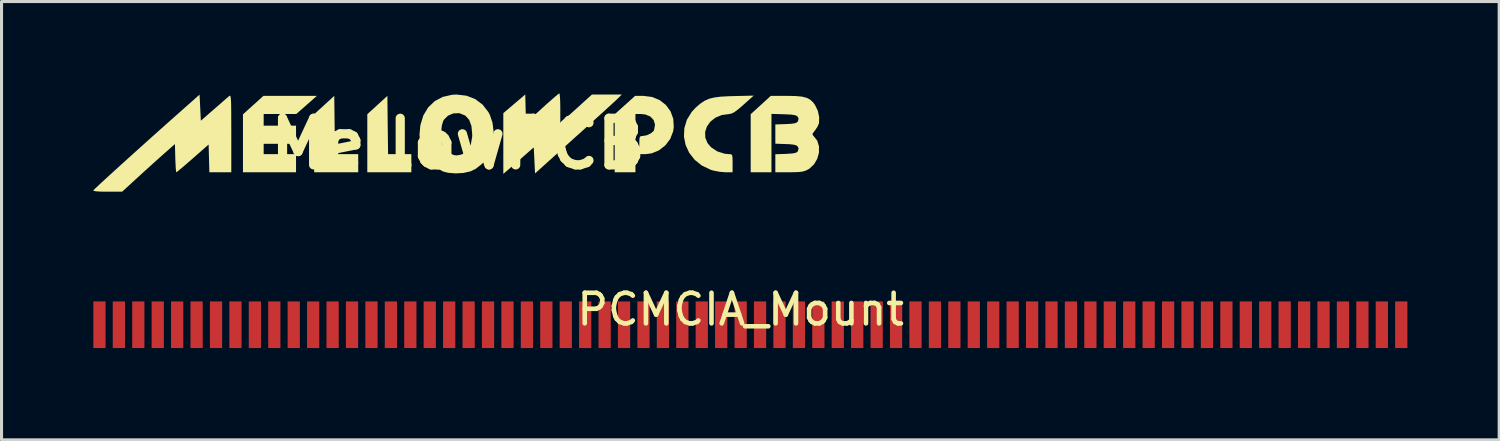
<source format=kicad_pcb>
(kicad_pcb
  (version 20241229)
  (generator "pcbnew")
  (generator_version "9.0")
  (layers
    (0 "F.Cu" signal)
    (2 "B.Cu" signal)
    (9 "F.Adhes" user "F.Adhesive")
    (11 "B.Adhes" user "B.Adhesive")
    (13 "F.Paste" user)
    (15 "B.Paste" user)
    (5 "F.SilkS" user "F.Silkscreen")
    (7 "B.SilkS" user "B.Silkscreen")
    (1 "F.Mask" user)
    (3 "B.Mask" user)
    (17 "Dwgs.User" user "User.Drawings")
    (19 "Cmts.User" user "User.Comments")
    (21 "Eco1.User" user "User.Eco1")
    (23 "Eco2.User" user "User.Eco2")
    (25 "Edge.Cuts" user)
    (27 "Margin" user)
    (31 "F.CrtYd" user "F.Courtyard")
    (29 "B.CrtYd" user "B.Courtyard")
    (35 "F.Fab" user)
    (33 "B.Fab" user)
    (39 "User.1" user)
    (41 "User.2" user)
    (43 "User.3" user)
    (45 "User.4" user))
  (footprint "MellowPCB"
    (layer "F.Cu")
    (at 11.917 1.649)
    (property "Reference" "MellowPCB" (at 0 0 0) (layer "F.SilkS") (effects (font (size 1.524 1.524) (thickness 0.3))))
    (attr board_only exclude_from_pos_files exclude_from_bom)
    (fp_poly (pts (xy -4.031 -0.613) (xy -4.02 0.339) (xy -3.26 0.339) (xy -3.26 0.931) (xy -4.699 0.931) (xy -4.699 -0.967) (xy -4.371 -1.266) (xy -4.043 -1.566)) (stroke (width 0) (type solid)) (fill yes) (layer "F.SilkS"))
    (fp_poly (pts (xy -2.296 -0.613) (xy -2.284 0.339) (xy -1.524 0.339) (xy -1.524 0.931) (xy -2.963 0.931) (xy -2.963 -0.967) (xy -2.635 -1.266) (xy -2.307 -1.566)) (stroke (width 0) (type solid)) (fill yes) (layer "F.SilkS"))
    (fp_poly (pts (xy -4.947 -1.27) (xy -5.283 -0.974) (xy -6.35 -0.974) (xy -6.35 -0.593) (xy -5.292 -0.593) (xy -5.292 0) (xy -6.35 0) (xy -6.35 0.339) (xy -5.292 0.339) (xy -5.292 0.931) (xy -7.027 0.931) (xy -7.027 -0.962) (xy -6.692 -1.264) (xy -6.358 -1.566) (xy -4.611 -1.566)) (stroke (width 0) (type solid)) (fill yes) (layer "F.SilkS"))
    (fp_poly (pts (xy 3.325 -1.61) (xy 3.335 -1.503) (xy 3.342 -1.345) (xy 3.344 -1.162) (xy 3.344 -0.673) (xy 4.378 -1.609) (xy 5.354 -1.609) (xy 5.206 -1.463) (xy 5.143 -1.403) (xy 5.024 -1.293) (xy 4.857 -1.141) (xy 4.651 -0.953) (xy 4.412 -0.737) (xy 4.149 -0.499) (xy 3.869 -0.247) (xy 3.789 -0.175) (xy 2.519 0.968) (xy 2.498 0.542) (xy 2.477 0.116) (xy 2.265 0.303) (xy 2.128 0.423) (xy 1.96 0.57) (xy 1.793 0.714) (xy 1.767 0.737) (xy 1.482 0.984) (xy 1.482 -1.001) (xy 1.84 -1.306) (xy 2.199 -1.611) (xy 2.223 -0.683) (xy 2.752 -1.165) (xy 2.928 -1.324) (xy 3.084 -1.461) (xy 3.207 -1.567) (xy 3.287 -1.632) (xy 3.313 -1.649)) (stroke (width 0) (type solid)) (fill yes) (layer "F.SilkS"))
    (fp_poly (pts (xy 6.343 -1.53) (xy 6.593 -1.426) (xy 6.797 -1.266) (xy 6.948 -1.059) (xy 7.036 -0.817) (xy 7.053 -0.548) (xy 7.031 -0.402) (xy 6.936 -0.157) (xy 6.777 0.052) (xy 6.571 0.213) (xy 6.332 0.312) (xy 6.125 0.339) (xy 5.927 0.339) (xy 5.927 0.042) (xy 5.928 -0.112) (xy 5.937 -0.201) (xy 5.96 -0.242) (xy 6.004 -0.253) (xy 6.035 -0.254) (xy 6.165 -0.277) (xy 6.294 -0.335) (xy 6.387 -0.411) (xy 6.408 -0.446) (xy 6.44 -0.623) (xy 6.396 -0.774) (xy 6.287 -0.89) (xy 6.119 -0.959) (xy 5.972 -0.974) (xy 5.8 -0.974) (xy 5.8 0.931) (xy 5.122 0.931) (xy 5.122 -0.965) (xy 5.456 -1.266) (xy 5.79 -1.566) (xy 6.056 -1.566)) (stroke (width 0) (type solid)) (fill yes) (layer "F.SilkS"))
    (fp_poly (pts (xy 9.33 -1.275) (xy 9.16 -1.128) (xy 9.034 -1.035) (xy 8.939 -0.987) (xy 8.869 -0.974) (xy 8.623 -0.941) (xy 8.415 -0.854) (xy 8.25 -0.725) (xy 8.136 -0.565) (xy 8.078 -0.387) (xy 8.083 -0.201) (xy 8.158 -0.019) (xy 8.27 0.113) (xy 8.473 0.248) (xy 8.714 0.325) (xy 8.858 0.338) (xy 8.919 0.342) (xy 8.954 0.364) (xy 8.97 0.424) (xy 8.974 0.539) (xy 8.975 0.635) (xy 8.975 0.931) (xy 8.731 0.93) (xy 8.543 0.914) (xy 8.345 0.875) (xy 8.264 0.851) (xy 7.971 0.712) (xy 7.734 0.522) (xy 7.556 0.293) (xy 7.439 0.037) (xy 7.385 -0.236) (xy 7.399 -0.514) (xy 7.482 -0.786) (xy 7.638 -1.04) (xy 7.773 -1.186) (xy 7.919 -1.311) (xy 8.056 -1.404) (xy 8.203 -1.47) (xy 8.375 -1.513) (xy 8.589 -1.54) (xy 8.864 -1.555) (xy 9.012 -1.559) (xy 9.664 -1.574)) (stroke (width 0) (type solid)) (fill yes) (layer "F.SilkS"))
    (fp_poly (pts (xy -8.424 -1.18) (xy -8.403 -0.754) (xy -7.98 -1.123) (xy -7.815 -1.266) (xy -7.669 -1.394) (xy -7.555 -1.494) (xy -7.487 -1.552) (xy -7.482 -1.557) (xy -7.461 -1.571) (xy -7.445 -1.569) (xy -7.432 -1.54) (xy -7.423 -1.477) (xy -7.416 -1.372) (xy -7.412 -1.216) (xy -7.41 -1) (xy -7.409 -0.717) (xy -7.408 -0.358) (xy -7.408 -0.345) (xy -7.408 0.931) (xy -8.125 0.931) (xy -8.137 0.478) (xy -8.149 0.024) (xy -8.666 0.478) (xy -8.841 0.63) (xy -8.993 0.761) (xy -9.112 0.86) (xy -9.186 0.919) (xy -9.204 0.931) (xy -9.214 0.892) (xy -9.224 0.785) (xy -9.232 0.628) (xy -9.238 0.47) (xy -9.25 0.009) (xy -9.593 0.311) (xy -9.75 0.451) (xy -9.947 0.628) (xy -10.164 0.824) (xy -10.378 1.019) (xy -10.456 1.09) (xy -10.976 1.566) (xy -11.459 1.566) (xy -11.683 1.563) (xy -11.835 1.553) (xy -11.911 1.537) (xy -11.917 1.524) (xy -11.878 1.483) (xy -11.782 1.392) (xy -11.637 1.256) (xy -11.447 1.082) (xy -11.221 0.876) (xy -10.965 0.643) (xy -10.685 0.39) (xy -10.387 0.122) (xy -10.08 -0.154) (xy -9.768 -0.433) (xy -9.459 -0.708) (xy -9.316 -0.835) (xy -8.445 -1.607)) (stroke (width 0) (type solid)) (fill yes) (layer "F.SilkS"))
    (fp_poly (pts (xy 0.28 -1.571) (xy 0.565 -1.46) (xy 0.806 -1.279) (xy 0.996 -1.033) (xy 1.042 -0.946) (xy 1.128 -0.692) (xy 1.165 -0.397) (xy 1.152 -0.092) (xy 1.088 0.195) (xy 1.084 0.209) (xy 0.965 0.443) (xy 0.79 0.653) (xy 0.579 0.819) (xy 0.404 0.903) (xy 0.179 0.953) (xy -0.075 0.968) (xy -0.321 0.948) (xy -0.483 0.907) (xy -0.747 0.768) (xy -0.961 0.567) (xy -1.122 0.315) (xy -1.222 0.023) (xy -1.258 -0.299) (xy -1.257 -0.307) (xy -0.55 -0.307) (xy -0.544 -0.127) (xy -0.52 -0.001) (xy -0.472 0.103) (xy -0.454 0.131) (xy -0.308 0.287) (xy -0.137 0.369) (xy -0.042 0.38) (xy 0.079 0.36) (xy 0.168 0.327) (xy 0.323 0.204) (xy 0.421 0.02) (xy 0.464 -0.227) (xy 0.466 -0.305) (xy 0.441 -0.577) (xy 0.367 -0.781) (xy 0.241 -0.92) (xy 0.063 -0.995) (xy 0.032 -1.001) (xy -0.153 -0.993) (xy -0.325 -0.919) (xy -0.454 -0.793) (xy -0.484 -0.742) (xy -0.526 -0.599) (xy -0.548 -0.402) (xy -0.55 -0.307) (xy -1.257 -0.307) (xy -1.229 -0.607) (xy -1.131 -0.927) (xy -0.973 -1.19) (xy -0.759 -1.394) (xy -0.495 -1.533) (xy -0.188 -1.602) (xy -0.045 -1.609)) (stroke (width 0) (type solid)) (fill yes) (layer "F.SilkS"))
    (fp_poly (pts (xy 11.026 -1.561) (xy 11.237 -1.542) (xy 11.394 -1.503) (xy 11.513 -1.441) (xy 11.609 -1.35) (xy 11.67 -1.266) (xy 11.761 -1.077) (xy 11.806 -0.867) (xy 11.798 -0.676) (xy 11.795 -0.662) (xy 11.75 -0.559) (xy 11.674 -0.445) (xy 11.663 -0.431) (xy 11.598 -0.346) (xy 11.587 -0.296) (xy 11.622 -0.252) (xy 11.624 -0.251) (xy 11.741 -0.103) (xy 11.798 0.082) (xy 11.798 0.286) (xy 11.743 0.488) (xy 11.638 0.67) (xy 11.484 0.814) (xy 11.448 0.835) (xy 11.36 0.879) (xy 11.267 0.907) (xy 11.146 0.923) (xy 10.977 0.929) (xy 10.827 0.931) (xy 10.372 0.931) (xy 10.372 0.342) (xy 10.716 0.33) (xy 10.899 0.319) (xy 11.015 0.302) (xy 11.081 0.273) (xy 11.108 0.243) (xy 11.132 0.152) (xy 11.108 0.095) (xy 11.065 0.056) (xy 10.986 0.031) (xy 10.852 0.015) (xy 10.716 0.009) (xy 10.372 -0.003) (xy 10.372 -0.632) (xy 10.716 -0.644) (xy 10.899 -0.654) (xy 11.015 -0.672) (xy 11.081 -0.701) (xy 11.108 -0.73) (xy 11.132 -0.822) (xy 11.108 -0.878) (xy 11.071 -0.914) (xy 11.002 -0.938) (xy 10.885 -0.954) (xy 10.704 -0.963) (xy 10.653 -0.965) (xy 10.245 -0.977) (xy 10.245 0.931) (xy 9.567 0.931) (xy 9.567 -0.967) (xy 9.895 -1.266) (xy 10.223 -1.566) (xy 10.746 -1.566)) (stroke (width 0) (type solid)) (fill yes) (layer "F.SilkS")))
  (footprint "PCMCIA_Mount"
    (layer "F.Cu")
    (at 21.155 7.563)
    (property "Reference" "PCMCIA_Mount" (at 0 -0.5 0) (unlocked yes) (layer "F.SilkS") (effects (font (size 1 1) (thickness 0.15))))
    (attr smd)
    (pad "1" smd rect (at 21.59 0) (size 0.4 1.524) (layers "F.Cu" "F.Mask" "F.Paste"))
    (pad "2" smd rect (at 20.32 0) (size 0.4 1.524) (layers "F.Cu" "F.Mask" "F.Paste"))
    (pad "3" smd rect (at 19.05 0) (size 0.4 1.524) (layers "F.Cu" "F.Mask" "F.Paste"))
    (pad "4" smd rect (at 17.78 0) (size 0.4 1.524) (layers "F.Cu" "F.Mask" "F.Paste"))
    (pad "5" smd rect (at 16.51 0) (size 0.4 1.524) (layers "F.Cu" "F.Mask" "F.Paste"))
    (pad "6" smd rect (at 15.24 0) (size 0.4 1.524) (layers "F.Cu" "F.Mask" "F.Paste"))
    (pad "7" smd rect (at 13.97 0) (size 0.4 1.524) (layers "F.Cu" "F.Mask" "F.Paste"))
    (pad "8" smd rect (at 12.7 0) (size 0.4 1.524) (layers "F.Cu" "F.Mask" "F.Paste"))
    (pad "9" smd rect (at 11.43 0) (size 0.4 1.524) (layers "F.Cu" "F.Mask" "F.Paste"))
    (pad "10" smd rect (at 10.16 0) (size 0.4 1.524) (layers "F.Cu" "F.Mask" "F.Paste"))
    (pad "11" smd rect (at 8.89 0) (size 0.4 1.524) (layers "F.Cu" "F.Mask" "F.Paste"))
    (pad "12" smd rect (at 7.62 0) (size 0.4 1.524) (layers "F.Cu" "F.Mask" "F.Paste"))
    (pad "13" smd rect (at 6.35 0) (size 0.4 1.524) (layers "F.Cu" "F.Mask" "F.Paste"))
    (pad "14" smd rect (at 5.08 0) (size 0.4 1.524) (layers "F.Cu" "F.Mask" "F.Paste"))
    (pad "15" smd rect (at 3.81 0) (size 0.4 1.524) (layers "F.Cu" "F.Mask" "F.Paste"))
    (pad "16" smd rect (at 2.54 0) (size 0.4 1.524) (layers "F.Cu" "F.Mask" "F.Paste"))
    (pad "17" smd rect (at 1.27 0) (size 0.4 1.524) (layers "F.Cu" "F.Mask" "F.Paste"))
    (pad "18" smd rect (at 0 0) (size 0.4 1.524) (layers "F.Cu" "F.Mask" "F.Paste"))
    (pad "19" smd rect (at -1.27 0) (size 0.4 1.524) (layers "F.Cu" "F.Mask" "F.Paste"))
    (pad "20" smd rect (at -2.54 0) (size 0.4 1.524) (layers "F.Cu" "F.Mask" "F.Paste"))
    (pad "21" smd rect (at -3.81 0) (size 0.4 1.524) (layers "F.Cu" "F.Mask" "F.Paste"))
    (pad "22" smd rect (at -5.08 0) (size 0.4 1.524) (layers "F.Cu" "F.Mask" "F.Paste"))
    (pad "23" smd rect (at -6.35 0) (size 0.4 1.524) (layers "F.Cu" "F.Mask" "F.Paste"))
    (pad "24" smd rect (at -7.62 0) (size 0.4 1.524) (layers "F.Cu" "F.Mask" "F.Paste"))
    (pad "25" smd rect (at -8.89 0) (size 0.4 1.524) (layers "F.Cu" "F.Mask" "F.Paste"))
    (pad "26" smd rect (at -10.16 0) (size 0.4 1.524) (layers "F.Cu" "F.Mask" "F.Paste"))
    (pad "27" smd rect (at -11.43 0) (size 0.4 1.524) (layers "F.Cu" "F.Mask" "F.Paste"))
    (pad "28" smd rect (at -12.7 0) (size 0.4 1.524) (layers "F.Cu" "F.Mask" "F.Paste"))
    (pad "29" smd rect (at -13.97 0) (size 0.4 1.524) (layers "F.Cu" "F.Mask" "F.Paste"))
    (pad "30" smd rect (at -15.24 0) (size 0.4 1.524) (layers "F.Cu" "F.Mask" "F.Paste"))
    (pad "31" smd rect (at -16.51 0) (size 0.4 1.524) (layers "F.Cu" "F.Mask" "F.Paste"))
    (pad "32" smd rect (at -17.78 0) (size 0.4 1.524) (layers "F.Cu" "F.Mask" "F.Paste"))
    (pad "33" smd rect (at -19.05 0) (size 0.4 1.524) (layers "F.Cu" "F.Mask" "F.Paste"))
    (pad "34" smd rect (at -20.32 0) (size 0.4 1.524) (layers "F.Cu" "F.Mask" "F.Paste"))
    (pad "35" smd rect (at 20.955 0) (size 0.4 1.524) (layers "F.Cu" "F.Mask" "F.Paste"))
    (pad "36" smd rect (at 19.685 0) (size 0.4 1.524) (layers "F.Cu" "F.Mask" "F.Paste"))
    (pad "37" smd rect (at 18.415 0) (size 0.4 1.524) (layers "F.Cu" "F.Mask" "F.Paste"))
    (pad "38" smd rect (at 17.145 0) (size 0.4 1.524) (layers "F.Cu" "F.Mask" "F.Paste"))
    (pad "39" smd rect (at 15.875 0) (size 0.4 1.524) (layers "F.Cu" "F.Mask" "F.Paste"))
    (pad "40" smd rect (at 14.605 0) (size 0.4 1.524) (layers "F.Cu" "F.Mask" "F.Paste"))
    (pad "41" smd rect (at 13.335 0) (size 0.4 1.524) (layers "F.Cu" "F.Mask" "F.Paste"))
    (pad "42" smd rect (at 12.065 0) (size 0.4 1.524) (layers "F.Cu" "F.Mask" "F.Paste"))
    (pad "43" smd rect (at 10.795 0) (size 0.4 1.524) (layers "F.Cu" "F.Mask" "F.Paste"))
    (pad "44" smd rect (at 9.525 0) (size 0.4 1.524) (layers "F.Cu" "F.Mask" "F.Paste"))
    (pad "45" smd rect (at 8.255 0) (size 0.4 1.524) (layers "F.Cu" "F.Mask" "F.Paste"))
    (pad "46" smd rect (at 6.985 0) (size 0.4 1.524) (layers "F.Cu" "F.Mask" "F.Paste"))
    (pad "47" smd rect (at 5.715 0) (size 0.4 1.524) (layers "F.Cu" "F.Mask" "F.Paste"))
    (pad "48" smd rect (at 4.445 0) (size 0.4 1.524) (layers "F.Cu" "F.Mask" "F.Paste"))
    (pad "49" smd rect (at 3.175 0) (size 0.4 1.524) (layers "F.Cu" "F.Mask" "F.Paste"))
    (pad "50" smd rect (at 1.905 0) (size 0.4 1.524) (layers "F.Cu" "F.Mask" "F.Paste"))
    (pad "51" smd rect (at 0.635 0) (size 0.4 1.524) (layers "F.Cu" "F.Mask" "F.Paste"))
    (pad "52" smd rect (at -0.635 0) (size 0.4 1.524) (layers "F.Cu" "F.Mask" "F.Paste"))
    (pad "53" smd rect (at -1.905 0) (size 0.4 1.524) (layers "F.Cu" "F.Mask" "F.Paste"))
    (pad "54" smd rect (at -3.175 0) (size 0.4 1.524) (layers "F.Cu" "F.Mask" "F.Paste"))
    (pad "55" smd rect (at -4.445 0) (size 0.4 1.524) (layers "F.Cu" "F.Mask" "F.Paste"))
    (pad "56" smd rect (at -5.715 0) (size 0.4 1.524) (layers "F.Cu" "F.Mask" "F.Paste"))
    (pad "57" smd rect (at -6.985 0) (size 0.4 1.524) (layers "F.Cu" "F.Mask" "F.Paste"))
    (pad "58" smd rect (at -8.255 0) (size 0.4 1.524) (layers "F.Cu" "F.Mask" "F.Paste"))
    (pad "59" smd rect (at -9.525 0) (size 0.4 1.524) (layers "F.Cu" "F.Mask" "F.Paste"))
    (pad "60" smd rect (at -10.795 0) (size 0.4 1.524) (layers "F.Cu" "F.Mask" "F.Paste"))
    (pad "61" smd rect (at -12.065 0) (size 0.4 1.524) (layers "F.Cu" "F.Mask" "F.Paste"))
    (pad "62" smd rect (at -13.335 0) (size 0.4 1.524) (layers "F.Cu" "F.Mask" "F.Paste"))
    (pad "63" smd rect (at -14.605 0) (size 0.4 1.524) (layers "F.Cu" "F.Mask" "F.Paste"))
    (pad "64" smd rect (at -15.875 0) (size 0.4 1.524) (layers "F.Cu" "F.Mask" "F.Paste"))
    (pad "65" smd rect (at -17.145 0) (size 0.4 1.524) (layers "F.Cu" "F.Mask" "F.Paste"))
    (pad "66" smd rect (at -18.415 0) (size 0.4 1.524) (layers "F.Cu" "F.Mask" "F.Paste"))
    (pad "67" smd rect (at -19.685 0) (size 0.4 1.524) (layers "F.Cu" "F.Mask" "F.Paste"))
    (pad "68" smd rect (at -20.955 0) (size 0.4 1.524) (layers "F.Cu" "F.Mask" "F.Paste")))
  (gr_rect
    (start -3 -3)
    (end 45.945 11.325)
    (stroke (width 0.1) (type default))
    (fill no)
    (layer "Edge.Cuts")))
</source>
